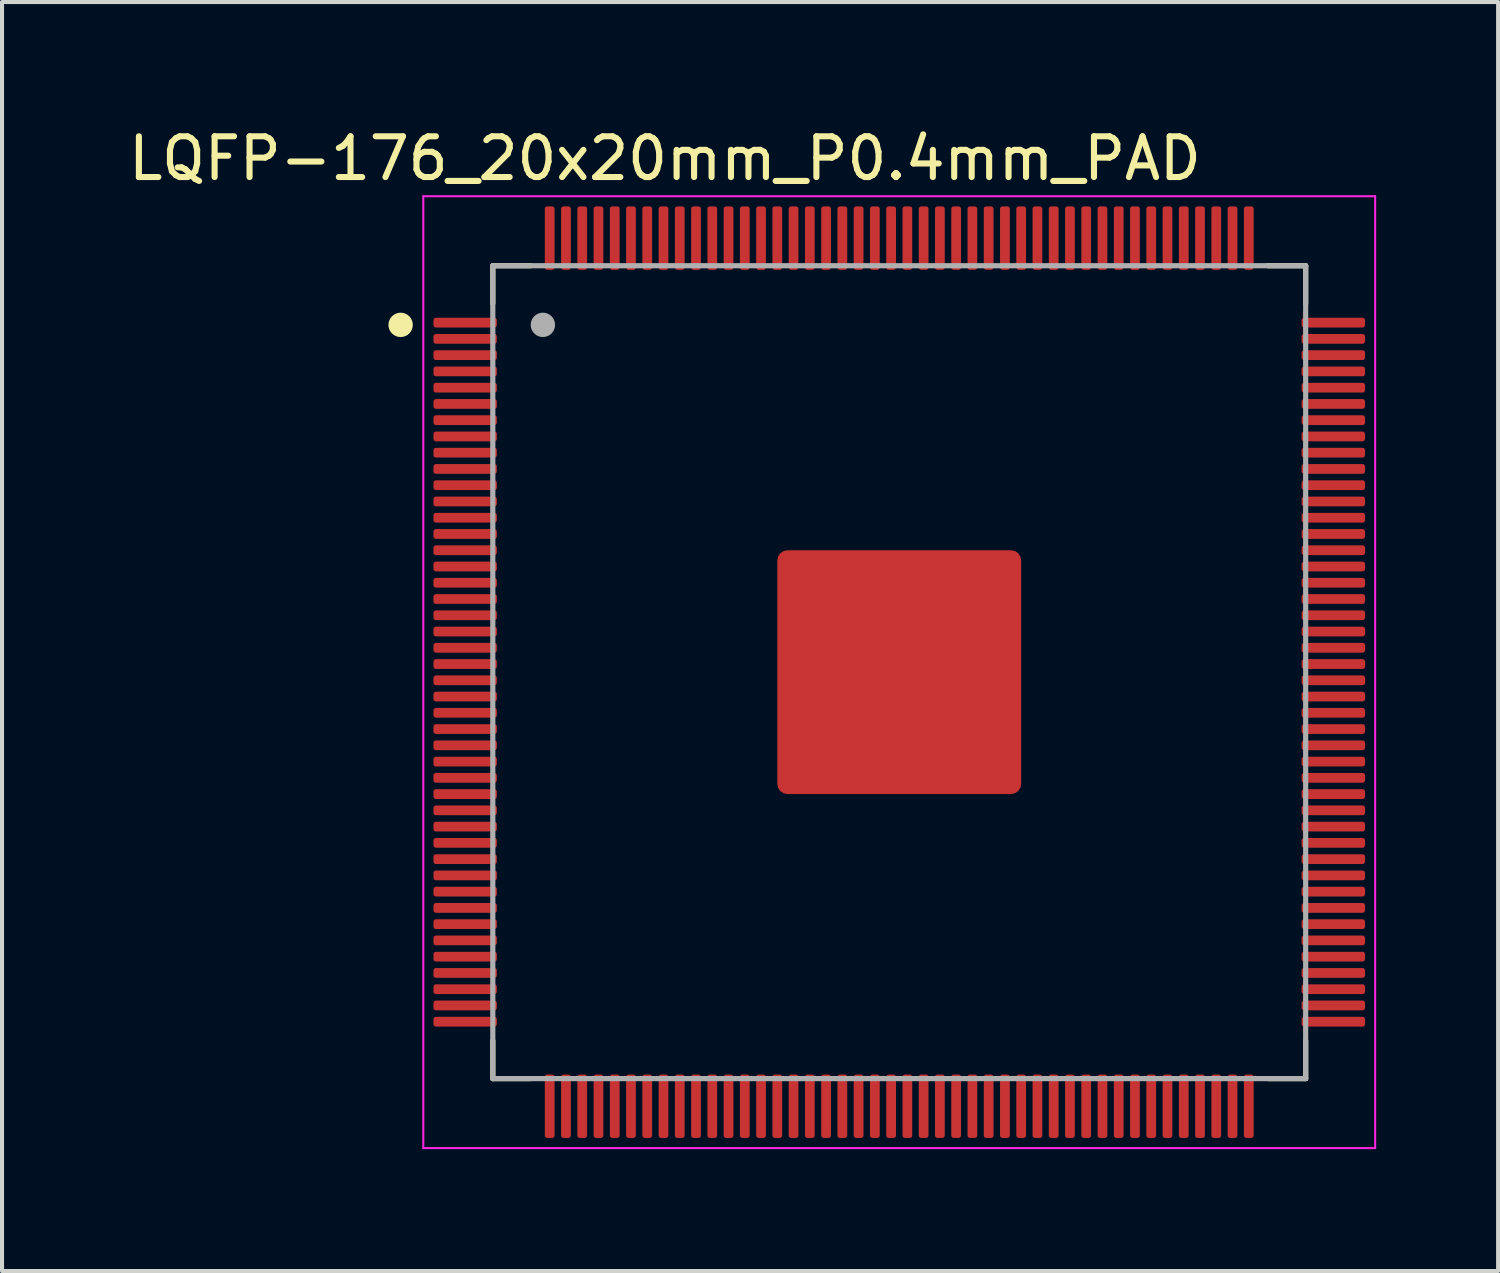
<source format=kicad_pcb>
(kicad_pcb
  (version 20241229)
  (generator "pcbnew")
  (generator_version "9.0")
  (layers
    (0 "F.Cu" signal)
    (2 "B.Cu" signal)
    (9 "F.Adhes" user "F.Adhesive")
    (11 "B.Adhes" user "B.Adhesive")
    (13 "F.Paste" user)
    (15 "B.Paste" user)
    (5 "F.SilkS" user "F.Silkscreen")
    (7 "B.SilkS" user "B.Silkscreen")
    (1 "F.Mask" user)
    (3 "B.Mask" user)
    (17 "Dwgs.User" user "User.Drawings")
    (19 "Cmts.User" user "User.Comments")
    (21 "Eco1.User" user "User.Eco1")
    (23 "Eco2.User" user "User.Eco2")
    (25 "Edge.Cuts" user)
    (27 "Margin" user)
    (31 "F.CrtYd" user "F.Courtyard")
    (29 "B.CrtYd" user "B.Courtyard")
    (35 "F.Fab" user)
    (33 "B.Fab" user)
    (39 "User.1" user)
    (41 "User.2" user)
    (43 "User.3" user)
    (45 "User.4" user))
  (footprint "LQFP-176_20x20mm_P0.4mm_PAD"
    (layer "F.Cu")
    (at 19.075 13.488)
    (property "Reference" "LQFP-176_20x20mm_P0.4mm_PAD" (at -5.764 -12.638 0) (layer "F.SilkS") (effects (font (size 1.003 1.003) (thickness 0.15))))
    (attr through_hole)
    (fp_line (start -10 -10) (end -10 -9.07) (stroke (width 0.127) (type solid)) (layer "F.SilkS"))
    (fp_line (start -10 -10) (end -9.07 -10) (stroke (width 0.127) (type solid)) (layer "F.SilkS"))
    (fp_line (start -10 10) (end -10 9.07) (stroke (width 0.127) (type solid)) (layer "F.SilkS"))
    (fp_line (start -10 10) (end -9.07 10) (stroke (width 0.127) (type solid)) (layer "F.SilkS"))
    (fp_line (start 10 -10) (end 9.07 -10) (stroke (width 0.127) (type solid)) (layer "F.SilkS"))
    (fp_line (start 10 -10) (end 10 -9.07) (stroke (width 0.127) (type solid)) (layer "F.SilkS"))
    (fp_line (start 10 10) (end 9.07 10) (stroke (width 0.127) (type solid)) (layer "F.SilkS"))
    (fp_line (start 10 10) (end 10 9.07) (stroke (width 0.127) (type solid)) (layer "F.SilkS"))
    (fp_circle (center -12.268 -8.545) (end -12.118 -8.545) (stroke (width 0.3) (type solid)) (fill no) (layer "F.SilkS"))
    (fp_poly (pts (xy -2.618 0.39) (xy -0.39 0.39) (xy -0.39 2.618) (xy -2.618 2.618)) (stroke (width 0.01) (type solid)) (fill yes) (layer "F.Paste"))
    (fp_poly (pts (xy -2.613 -2.61) (xy -0.39 -2.61) (xy -0.39 -0.39) (xy -2.613 -0.39)) (stroke (width 0.01) (type solid)) (fill yes) (layer "F.Paste"))
    (fp_poly (pts (xy 0.391 -2.61) (xy 2.61 -2.61) (xy 2.61 -0.391) (xy 0.391 -0.391)) (stroke (width 0.01) (type solid)) (fill yes) (layer "F.Paste"))
    (fp_poly (pts (xy 0.392 0.39) (xy 2.61 0.39) (xy 2.61 2.623) (xy 0.392 2.623)) (stroke (width 0.01) (type solid)) (fill yes) (layer "F.Paste"))
    (fp_line (start -11.71 -11.71) (end 11.71 -11.71) (stroke (width 0.05) (type solid)) (layer "F.CrtYd"))
    (fp_line (start -11.71 11.71) (end -11.71 -11.71) (stroke (width 0.05) (type solid)) (layer "F.CrtYd"))
    (fp_line (start -11.71 11.71) (end 11.71 11.71) (stroke (width 0.05) (type solid)) (layer "F.CrtYd"))
    (fp_line (start 11.71 11.71) (end 11.71 -11.71) (stroke (width 0.05) (type solid)) (layer "F.CrtYd"))
    (fp_line (start -10 10) (end -10 -10) (stroke (width 0.127) (type solid)) (layer "F.Fab"))
    (fp_line (start 10 -10) (end -10 -10) (stroke (width 0.127) (type solid)) (layer "F.Fab"))
    (fp_line (start 10 10) (end -10 10) (stroke (width 0.127) (type solid)) (layer "F.Fab"))
    (fp_line (start 10 10) (end 10 -10) (stroke (width 0.127) (type solid)) (layer "F.Fab"))
    (fp_circle (center -8.768 -8.545) (end -8.618 -8.545) (stroke (width 0.3) (type solid)) (fill no) (layer "F.Fab"))
    (pad "1" smd roundrect (at -10.68 -8.6) (size 1.56 0.24) (layers "F.Cu" "F.Mask" "F.Paste") (roundrect_rratio 0.25))
    (pad "2" smd roundrect (at -10.68 -8.2) (size 1.56 0.24) (layers "F.Cu" "F.Mask" "F.Paste") (roundrect_rratio 0.25))
    (pad "3" smd roundrect (at -10.68 -7.8) (size 1.56 0.24) (layers "F.Cu" "F.Mask" "F.Paste") (roundrect_rratio 0.25))
    (pad "4" smd roundrect (at -10.68 -7.4) (size 1.56 0.24) (layers "F.Cu" "F.Mask" "F.Paste") (roundrect_rratio 0.25))
    (pad "5" smd roundrect (at -10.68 -7) (size 1.56 0.24) (layers "F.Cu" "F.Mask" "F.Paste") (roundrect_rratio 0.25))
    (pad "6" smd roundrect (at -10.68 -6.6) (size 1.56 0.24) (layers "F.Cu" "F.Mask" "F.Paste") (roundrect_rratio 0.25))
    (pad "7" smd roundrect (at -10.68 -6.2) (size 1.56 0.24) (layers "F.Cu" "F.Mask" "F.Paste") (roundrect_rratio 0.25))
    (pad "8" smd roundrect (at -10.68 -5.8) (size 1.56 0.24) (layers "F.Cu" "F.Mask" "F.Paste") (roundrect_rratio 0.25))
    (pad "9" smd roundrect (at -10.68 -5.4) (size 1.56 0.24) (layers "F.Cu" "F.Mask" "F.Paste") (roundrect_rratio 0.25))
    (pad "10" smd roundrect (at -10.68 -5) (size 1.56 0.24) (layers "F.Cu" "F.Mask" "F.Paste") (roundrect_rratio 0.25))
    (pad "11" smd roundrect (at -10.68 -4.6) (size 1.56 0.24) (layers "F.Cu" "F.Mask" "F.Paste") (roundrect_rratio 0.25))
    (pad "12" smd roundrect (at -10.68 -4.2) (size 1.56 0.24) (layers "F.Cu" "F.Mask" "F.Paste") (roundrect_rratio 0.25))
    (pad "13" smd roundrect (at -10.68 -3.8) (size 1.56 0.24) (layers "F.Cu" "F.Mask" "F.Paste") (roundrect_rratio 0.25))
    (pad "14" smd roundrect (at -10.68 -3.4) (size 1.56 0.24) (layers "F.Cu" "F.Mask" "F.Paste") (roundrect_rratio 0.25))
    (pad "15" smd roundrect (at -10.68 -3) (size 1.56 0.24) (layers "F.Cu" "F.Mask" "F.Paste") (roundrect_rratio 0.25))
    (pad "16" smd roundrect (at -10.68 -2.6) (size 1.56 0.24) (layers "F.Cu" "F.Mask" "F.Paste") (roundrect_rratio 0.25))
    (pad "17" smd roundrect (at -10.68 -2.2) (size 1.56 0.24) (layers "F.Cu" "F.Mask" "F.Paste") (roundrect_rratio 0.25))
    (pad "18" smd roundrect (at -10.68 -1.8) (size 1.56 0.24) (layers "F.Cu" "F.Mask" "F.Paste") (roundrect_rratio 0.25))
    (pad "19" smd roundrect (at -10.68 -1.4) (size 1.56 0.24) (layers "F.Cu" "F.Mask" "F.Paste") (roundrect_rratio 0.25))
    (pad "20" smd roundrect (at -10.68 -1) (size 1.56 0.24) (layers "F.Cu" "F.Mask" "F.Paste") (roundrect_rratio 0.25))
    (pad "21" smd roundrect (at -10.68 -0.6) (size 1.56 0.24) (layers "F.Cu" "F.Mask" "F.Paste") (roundrect_rratio 0.25))
    (pad "22" smd roundrect (at -10.68 -0.2) (size 1.56 0.24) (layers "F.Cu" "F.Mask" "F.Paste") (roundrect_rratio 0.25))
    (pad "23" smd roundrect (at -10.68 0.2) (size 1.56 0.24) (layers "F.Cu" "F.Mask" "F.Paste") (roundrect_rratio 0.25))
    (pad "24" smd roundrect (at -10.68 0.6) (size 1.56 0.24) (layers "F.Cu" "F.Mask" "F.Paste") (roundrect_rratio 0.25))
    (pad "25" smd roundrect (at -10.68 1) (size 1.56 0.24) (layers "F.Cu" "F.Mask" "F.Paste") (roundrect_rratio 0.25))
    (pad "26" smd roundrect (at -10.68 1.4) (size 1.56 0.24) (layers "F.Cu" "F.Mask" "F.Paste") (roundrect_rratio 0.25))
    (pad "27" smd roundrect (at -10.68 1.8) (size 1.56 0.24) (layers "F.Cu" "F.Mask" "F.Paste") (roundrect_rratio 0.25))
    (pad "28" smd roundrect (at -10.68 2.2) (size 1.56 0.24) (layers "F.Cu" "F.Mask" "F.Paste") (roundrect_rratio 0.25))
    (pad "29" smd roundrect (at -10.68 2.6) (size 1.56 0.24) (layers "F.Cu" "F.Mask" "F.Paste") (roundrect_rratio 0.25))
    (pad "30" smd roundrect (at -10.68 3) (size 1.56 0.24) (layers "F.Cu" "F.Mask" "F.Paste") (roundrect_rratio 0.25))
    (pad "31" smd roundrect (at -10.68 3.4) (size 1.56 0.24) (layers "F.Cu" "F.Mask" "F.Paste") (roundrect_rratio 0.25))
    (pad "32" smd roundrect (at -10.68 3.8) (size 1.56 0.24) (layers "F.Cu" "F.Mask" "F.Paste") (roundrect_rratio 0.25))
    (pad "33" smd roundrect (at -10.68 4.2) (size 1.56 0.24) (layers "F.Cu" "F.Mask" "F.Paste") (roundrect_rratio 0.25))
    (pad "34" smd roundrect (at -10.68 4.6) (size 1.56 0.24) (layers "F.Cu" "F.Mask" "F.Paste") (roundrect_rratio 0.25))
    (pad "35" smd roundrect (at -10.68 5) (size 1.56 0.24) (layers "F.Cu" "F.Mask" "F.Paste") (roundrect_rratio 0.25))
    (pad "36" smd roundrect (at -10.68 5.4) (size 1.56 0.24) (layers "F.Cu" "F.Mask" "F.Paste") (roundrect_rratio 0.25))
    (pad "37" smd roundrect (at -10.68 5.8) (size 1.56 0.24) (layers "F.Cu" "F.Mask" "F.Paste") (roundrect_rratio 0.25))
    (pad "38" smd roundrect (at -10.68 6.2) (size 1.56 0.24) (layers "F.Cu" "F.Mask" "F.Paste") (roundrect_rratio 0.25))
    (pad "39" smd roundrect (at -10.68 6.6) (size 1.56 0.24) (layers "F.Cu" "F.Mask" "F.Paste") (roundrect_rratio 0.25))
    (pad "40" smd roundrect (at -10.68 7) (size 1.56 0.24) (layers "F.Cu" "F.Mask" "F.Paste") (roundrect_rratio 0.25))
    (pad "41" smd roundrect (at -10.68 7.4) (size 1.56 0.24) (layers "F.Cu" "F.Mask" "F.Paste") (roundrect_rratio 0.25))
    (pad "42" smd roundrect (at -10.68 7.8) (size 1.56 0.24) (layers "F.Cu" "F.Mask" "F.Paste") (roundrect_rratio 0.25))
    (pad "43" smd roundrect (at -10.68 8.2) (size 1.56 0.24) (layers "F.Cu" "F.Mask" "F.Paste") (roundrect_rratio 0.25))
    (pad "44" smd roundrect (at -10.68 8.6) (size 1.56 0.24) (layers "F.Cu" "F.Mask" "F.Paste") (roundrect_rratio 0.25))
    (pad "45" smd roundrect (at -8.6 10.68) (size 0.24 1.56) (layers "F.Cu" "F.Mask" "F.Paste") (roundrect_rratio 0.25))
    (pad "46" smd roundrect (at -8.2 10.68) (size 0.24 1.56) (layers "F.Cu" "F.Mask" "F.Paste") (roundrect_rratio 0.25))
    (pad "47" smd roundrect (at -7.8 10.68) (size 0.24 1.56) (layers "F.Cu" "F.Mask" "F.Paste") (roundrect_rratio 0.25))
    (pad "48" smd roundrect (at -7.4 10.68) (size 0.24 1.56) (layers "F.Cu" "F.Mask" "F.Paste") (roundrect_rratio 0.25))
    (pad "49" smd roundrect (at -7 10.68) (size 0.24 1.56) (layers "F.Cu" "F.Mask" "F.Paste") (roundrect_rratio 0.25))
    (pad "50" smd roundrect (at -6.6 10.68) (size 0.24 1.56) (layers "F.Cu" "F.Mask" "F.Paste") (roundrect_rratio 0.25))
    (pad "51" smd roundrect (at -6.2 10.68) (size 0.24 1.56) (layers "F.Cu" "F.Mask" "F.Paste") (roundrect_rratio 0.25))
    (pad "52" smd roundrect (at -5.8 10.68) (size 0.24 1.56) (layers "F.Cu" "F.Mask" "F.Paste") (roundrect_rratio 0.25))
    (pad "53" smd roundrect (at -5.4 10.68) (size 0.24 1.56) (layers "F.Cu" "F.Mask" "F.Paste") (roundrect_rratio 0.25))
    (pad "54" smd roundrect (at -5 10.68) (size 0.24 1.56) (layers "F.Cu" "F.Mask" "F.Paste") (roundrect_rratio 0.25))
    (pad "55" smd roundrect (at -4.6 10.68) (size 0.24 1.56) (layers "F.Cu" "F.Mask" "F.Paste") (roundrect_rratio 0.25))
    (pad "56" smd roundrect (at -4.2 10.68) (size 0.24 1.56) (layers "F.Cu" "F.Mask" "F.Paste") (roundrect_rratio 0.25))
    (pad "57" smd roundrect (at -3.8 10.68) (size 0.24 1.56) (layers "F.Cu" "F.Mask" "F.Paste") (roundrect_rratio 0.25))
    (pad "58" smd roundrect (at -3.4 10.68) (size 0.24 1.56) (layers "F.Cu" "F.Mask" "F.Paste") (roundrect_rratio 0.25))
    (pad "59" smd roundrect (at -3 10.68) (size 0.24 1.56) (layers "F.Cu" "F.Mask" "F.Paste") (roundrect_rratio 0.25))
    (pad "60" smd roundrect (at -2.6 10.68) (size 0.24 1.56) (layers "F.Cu" "F.Mask" "F.Paste") (roundrect_rratio 0.25))
    (pad "61" smd roundrect (at -2.2 10.68) (size 0.24 1.56) (layers "F.Cu" "F.Mask" "F.Paste") (roundrect_rratio 0.25))
    (pad "62" smd roundrect (at -1.8 10.68) (size 0.24 1.56) (layers "F.Cu" "F.Mask" "F.Paste") (roundrect_rratio 0.25))
    (pad "63" smd roundrect (at -1.4 10.68) (size 0.24 1.56) (layers "F.Cu" "F.Mask" "F.Paste") (roundrect_rratio 0.25))
    (pad "64" smd roundrect (at -1 10.68) (size 0.24 1.56) (layers "F.Cu" "F.Mask" "F.Paste") (roundrect_rratio 0.25))
    (pad "65" smd roundrect (at -0.6 10.68) (size 0.24 1.56) (layers "F.Cu" "F.Mask" "F.Paste") (roundrect_rratio 0.25))
    (pad "66" smd roundrect (at -0.2 10.68) (size 0.24 1.56) (layers "F.Cu" "F.Mask" "F.Paste") (roundrect_rratio 0.25))
    (pad "67" smd roundrect (at 0.2 10.68) (size 0.24 1.56) (layers "F.Cu" "F.Mask" "F.Paste") (roundrect_rratio 0.25))
    (pad "68" smd roundrect (at 0.6 10.68) (size 0.24 1.56) (layers "F.Cu" "F.Mask" "F.Paste") (roundrect_rratio 0.25))
    (pad "69" smd roundrect (at 1 10.68) (size 0.24 1.56) (layers "F.Cu" "F.Mask" "F.Paste") (roundrect_rratio 0.25))
    (pad "70" smd roundrect (at 1.4 10.68) (size 0.24 1.56) (layers "F.Cu" "F.Mask" "F.Paste") (roundrect_rratio 0.25))
    (pad "71" smd roundrect (at 1.8 10.68) (size 0.24 1.56) (layers "F.Cu" "F.Mask" "F.Paste") (roundrect_rratio 0.25))
    (pad "72" smd roundrect (at 2.2 10.68) (size 0.24 1.56) (layers "F.Cu" "F.Mask" "F.Paste") (roundrect_rratio 0.25))
    (pad "73" smd roundrect (at 2.6 10.68) (size 0.24 1.56) (layers "F.Cu" "F.Mask" "F.Paste") (roundrect_rratio 0.25))
    (pad "74" smd roundrect (at 3 10.68) (size 0.24 1.56) (layers "F.Cu" "F.Mask" "F.Paste") (roundrect_rratio 0.25))
    (pad "75" smd roundrect (at 3.4 10.68) (size 0.24 1.56) (layers "F.Cu" "F.Mask" "F.Paste") (roundrect_rratio 0.25))
    (pad "76" smd roundrect (at 3.8 10.68) (size 0.24 1.56) (layers "F.Cu" "F.Mask" "F.Paste") (roundrect_rratio 0.25))
    (pad "77" smd roundrect (at 4.2 10.68) (size 0.24 1.56) (layers "F.Cu" "F.Mask" "F.Paste") (roundrect_rratio 0.25))
    (pad "78" smd roundrect (at 4.6 10.68) (size 0.24 1.56) (layers "F.Cu" "F.Mask" "F.Paste") (roundrect_rratio 0.25))
    (pad "79" smd roundrect (at 5 10.68) (size 0.24 1.56) (layers "F.Cu" "F.Mask" "F.Paste") (roundrect_rratio 0.25))
    (pad "80" smd roundrect (at 5.4 10.68) (size 0.24 1.56) (layers "F.Cu" "F.Mask" "F.Paste") (roundrect_rratio 0.25))
    (pad "81" smd roundrect (at 5.8 10.68) (size 0.24 1.56) (layers "F.Cu" "F.Mask" "F.Paste") (roundrect_rratio 0.25))
    (pad "82" smd roundrect (at 6.2 10.68) (size 0.24 1.56) (layers "F.Cu" "F.Mask" "F.Paste") (roundrect_rratio 0.25))
    (pad "83" smd roundrect (at 6.6 10.68) (size 0.24 1.56) (layers "F.Cu" "F.Mask" "F.Paste") (roundrect_rratio 0.25))
    (pad "84" smd roundrect (at 7 10.68) (size 0.24 1.56) (layers "F.Cu" "F.Mask" "F.Paste") (roundrect_rratio 0.25))
    (pad "85" smd roundrect (at 7.4 10.68) (size 0.24 1.56) (layers "F.Cu" "F.Mask" "F.Paste") (roundrect_rratio 0.25))
    (pad "86" smd roundrect (at 7.8 10.68) (size 0.24 1.56) (layers "F.Cu" "F.Mask" "F.Paste") (roundrect_rratio 0.25))
    (pad "87" smd roundrect (at 8.2 10.68) (size 0.24 1.56) (layers "F.Cu" "F.Mask" "F.Paste") (roundrect_rratio 0.25))
    (pad "88" smd roundrect (at 8.6 10.68) (size 0.24 1.56) (layers "F.Cu" "F.Mask" "F.Paste") (roundrect_rratio 0.25))
    (pad "89" smd roundrect (at 10.68 8.6) (size 1.56 0.24) (layers "F.Cu" "F.Mask" "F.Paste") (roundrect_rratio 0.25))
    (pad "90" smd roundrect (at 10.68 8.2) (size 1.56 0.24) (layers "F.Cu" "F.Mask" "F.Paste") (roundrect_rratio 0.25))
    (pad "91" smd roundrect (at 10.68 7.8) (size 1.56 0.24) (layers "F.Cu" "F.Mask" "F.Paste") (roundrect_rratio 0.25))
    (pad "92" smd roundrect (at 10.68 7.4) (size 1.56 0.24) (layers "F.Cu" "F.Mask" "F.Paste") (roundrect_rratio 0.25))
    (pad "93" smd roundrect (at 10.68 7) (size 1.56 0.24) (layers "F.Cu" "F.Mask" "F.Paste") (roundrect_rratio 0.25))
    (pad "94" smd roundrect (at 10.68 6.6) (size 1.56 0.24) (layers "F.Cu" "F.Mask" "F.Paste") (roundrect_rratio 0.25))
    (pad "95" smd roundrect (at 10.68 6.2) (size 1.56 0.24) (layers "F.Cu" "F.Mask" "F.Paste") (roundrect_rratio 0.25))
    (pad "96" smd roundrect (at 10.68 5.8) (size 1.56 0.24) (layers "F.Cu" "F.Mask" "F.Paste") (roundrect_rratio 0.25))
    (pad "97" smd roundrect (at 10.68 5.4) (size 1.56 0.24) (layers "F.Cu" "F.Mask" "F.Paste") (roundrect_rratio 0.25))
    (pad "98" smd roundrect (at 10.68 5) (size 1.56 0.24) (layers "F.Cu" "F.Mask" "F.Paste") (roundrect_rratio 0.25))
    (pad "99" smd roundrect (at 10.68 4.6) (size 1.56 0.24) (layers "F.Cu" "F.Mask" "F.Paste") (roundrect_rratio 0.25))
    (pad "100" smd roundrect (at 10.68 4.2) (size 1.56 0.24) (layers "F.Cu" "F.Mask" "F.Paste") (roundrect_rratio 0.25))
    (pad "101" smd roundrect (at 10.68 3.8) (size 1.56 0.24) (layers "F.Cu" "F.Mask" "F.Paste") (roundrect_rratio 0.25))
    (pad "102" smd roundrect (at 10.68 3.4) (size 1.56 0.24) (layers "F.Cu" "F.Mask" "F.Paste") (roundrect_rratio 0.25))
    (pad "103" smd roundrect (at 10.68 3) (size 1.56 0.24) (layers "F.Cu" "F.Mask" "F.Paste") (roundrect_rratio 0.25))
    (pad "104" smd roundrect (at 10.68 2.6) (size 1.56 0.24) (layers "F.Cu" "F.Mask" "F.Paste") (roundrect_rratio 0.25))
    (pad "105" smd roundrect (at 10.68 2.2) (size 1.56 0.24) (layers "F.Cu" "F.Mask" "F.Paste") (roundrect_rratio 0.25))
    (pad "106" smd roundrect (at 10.68 1.8) (size 1.56 0.24) (layers "F.Cu" "F.Mask" "F.Paste") (roundrect_rratio 0.25))
    (pad "107" smd roundrect (at 10.68 1.4) (size 1.56 0.24) (layers "F.Cu" "F.Mask" "F.Paste") (roundrect_rratio 0.25))
    (pad "108" smd roundrect (at 10.68 1) (size 1.56 0.24) (layers "F.Cu" "F.Mask" "F.Paste") (roundrect_rratio 0.25))
    (pad "109" smd roundrect (at 10.68 0.6) (size 1.56 0.24) (layers "F.Cu" "F.Mask" "F.Paste") (roundrect_rratio 0.25))
    (pad "110" smd roundrect (at 10.68 0.2) (size 1.56 0.24) (layers "F.Cu" "F.Mask" "F.Paste") (roundrect_rratio 0.25))
    (pad "111" smd roundrect (at 10.68 -0.2) (size 1.56 0.24) (layers "F.Cu" "F.Mask" "F.Paste") (roundrect_rratio 0.25))
    (pad "112" smd roundrect (at 10.68 -0.6) (size 1.56 0.24) (layers "F.Cu" "F.Mask" "F.Paste") (roundrect_rratio 0.25))
    (pad "113" smd roundrect (at 10.68 -1) (size 1.56 0.24) (layers "F.Cu" "F.Mask" "F.Paste") (roundrect_rratio 0.25))
    (pad "114" smd roundrect (at 10.68 -1.4) (size 1.56 0.24) (layers "F.Cu" "F.Mask" "F.Paste") (roundrect_rratio 0.25))
    (pad "115" smd roundrect (at 10.68 -1.8) (size 1.56 0.24) (layers "F.Cu" "F.Mask" "F.Paste") (roundrect_rratio 0.25))
    (pad "116" smd roundrect (at 10.68 -2.2) (size 1.56 0.24) (layers "F.Cu" "F.Mask" "F.Paste") (roundrect_rratio 0.25))
    (pad "117" smd roundrect (at 10.68 -2.6) (size 1.56 0.24) (layers "F.Cu" "F.Mask" "F.Paste") (roundrect_rratio 0.25))
    (pad "118" smd roundrect (at 10.68 -3) (size 1.56 0.24) (layers "F.Cu" "F.Mask" "F.Paste") (roundrect_rratio 0.25))
    (pad "119" smd roundrect (at 10.68 -3.4) (size 1.56 0.24) (layers "F.Cu" "F.Mask" "F.Paste") (roundrect_rratio 0.25))
    (pad "120" smd roundrect (at 10.68 -3.8) (size 1.56 0.24) (layers "F.Cu" "F.Mask" "F.Paste") (roundrect_rratio 0.25))
    (pad "121" smd roundrect (at 10.68 -4.2) (size 1.56 0.24) (layers "F.Cu" "F.Mask" "F.Paste") (roundrect_rratio 0.25))
    (pad "122" smd roundrect (at 10.68 -4.6) (size 1.56 0.24) (layers "F.Cu" "F.Mask" "F.Paste") (roundrect_rratio 0.25))
    (pad "123" smd roundrect (at 10.68 -5) (size 1.56 0.24) (layers "F.Cu" "F.Mask" "F.Paste") (roundrect_rratio 0.25))
    (pad "124" smd roundrect (at 10.68 -5.4) (size 1.56 0.24) (layers "F.Cu" "F.Mask" "F.Paste") (roundrect_rratio 0.25))
    (pad "125" smd roundrect (at 10.68 -5.8) (size 1.56 0.24) (layers "F.Cu" "F.Mask" "F.Paste") (roundrect_rratio 0.25))
    (pad "126" smd roundrect (at 10.68 -6.2) (size 1.56 0.24) (layers "F.Cu" "F.Mask" "F.Paste") (roundrect_rratio 0.25))
    (pad "127" smd roundrect (at 10.68 -6.6) (size 1.56 0.24) (layers "F.Cu" "F.Mask" "F.Paste") (roundrect_rratio 0.25))
    (pad "128" smd roundrect (at 10.68 -7) (size 1.56 0.24) (layers "F.Cu" "F.Mask" "F.Paste") (roundrect_rratio 0.25))
    (pad "129" smd roundrect (at 10.68 -7.4) (size 1.56 0.24) (layers "F.Cu" "F.Mask" "F.Paste") (roundrect_rratio 0.25))
    (pad "130" smd roundrect (at 10.68 -7.8) (size 1.56 0.24) (layers "F.Cu" "F.Mask" "F.Paste") (roundrect_rratio 0.25))
    (pad "131" smd roundrect (at 10.68 -8.2) (size 1.56 0.24) (layers "F.Cu" "F.Mask" "F.Paste") (roundrect_rratio 0.25))
    (pad "132" smd roundrect (at 10.68 -8.6) (size 1.56 0.24) (layers "F.Cu" "F.Mask" "F.Paste") (roundrect_rratio 0.25))
    (pad "133" smd roundrect (at 8.6 -10.68) (size 0.24 1.56) (layers "F.Cu" "F.Mask" "F.Paste") (roundrect_rratio 0.25))
    (pad "134" smd roundrect (at 8.2 -10.68) (size 0.24 1.56) (layers "F.Cu" "F.Mask" "F.Paste") (roundrect_rratio 0.25))
    (pad "135" smd roundrect (at 7.8 -10.68) (size 0.24 1.56) (layers "F.Cu" "F.Mask" "F.Paste") (roundrect_rratio 0.25))
    (pad "136" smd roundrect (at 7.4 -10.68) (size 0.24 1.56) (layers "F.Cu" "F.Mask" "F.Paste") (roundrect_rratio 0.25))
    (pad "137" smd roundrect (at 7 -10.68) (size 0.24 1.56) (layers "F.Cu" "F.Mask" "F.Paste") (roundrect_rratio 0.25))
    (pad "138" smd roundrect (at 6.6 -10.68) (size 0.24 1.56) (layers "F.Cu" "F.Mask" "F.Paste") (roundrect_rratio 0.25))
    (pad "139" smd roundrect (at 6.2 -10.68) (size 0.24 1.56) (layers "F.Cu" "F.Mask" "F.Paste") (roundrect_rratio 0.25))
    (pad "140" smd roundrect (at 5.8 -10.68) (size 0.24 1.56) (layers "F.Cu" "F.Mask" "F.Paste") (roundrect_rratio 0.25))
    (pad "141" smd roundrect (at 5.4 -10.68) (size 0.24 1.56) (layers "F.Cu" "F.Mask" "F.Paste") (roundrect_rratio 0.25))
    (pad "142" smd roundrect (at 5 -10.68) (size 0.24 1.56) (layers "F.Cu" "F.Mask" "F.Paste") (roundrect_rratio 0.25))
    (pad "143" smd roundrect (at 4.6 -10.68) (size 0.24 1.56) (layers "F.Cu" "F.Mask" "F.Paste") (roundrect_rratio 0.25))
    (pad "144" smd roundrect (at 4.2 -10.68) (size 0.24 1.56) (layers "F.Cu" "F.Mask" "F.Paste") (roundrect_rratio 0.25))
    (pad "145" smd roundrect (at 3.8 -10.68) (size 0.24 1.56) (layers "F.Cu" "F.Mask" "F.Paste") (roundrect_rratio 0.25))
    (pad "146" smd roundrect (at 3.4 -10.68) (size 0.24 1.56) (layers "F.Cu" "F.Mask" "F.Paste") (roundrect_rratio 0.25))
    (pad "147" smd roundrect (at 3 -10.68) (size 0.24 1.56) (layers "F.Cu" "F.Mask" "F.Paste") (roundrect_rratio 0.25))
    (pad "148" smd roundrect (at 2.6 -10.68) (size 0.24 1.56) (layers "F.Cu" "F.Mask" "F.Paste") (roundrect_rratio 0.25))
    (pad "149" smd roundrect (at 2.2 -10.68) (size 0.24 1.56) (layers "F.Cu" "F.Mask" "F.Paste") (roundrect_rratio 0.25))
    (pad "150" smd roundrect (at 1.8 -10.68) (size 0.24 1.56) (layers "F.Cu" "F.Mask" "F.Paste") (roundrect_rratio 0.25))
    (pad "151" smd roundrect (at 1.4 -10.68) (size 0.24 1.56) (layers "F.Cu" "F.Mask" "F.Paste") (roundrect_rratio 0.25))
    (pad "152" smd roundrect (at 1 -10.68) (size 0.24 1.56) (layers "F.Cu" "F.Mask" "F.Paste") (roundrect_rratio 0.25))
    (pad "153" smd roundrect (at 0.6 -10.68) (size 0.24 1.56) (layers "F.Cu" "F.Mask" "F.Paste") (roundrect_rratio 0.25))
    (pad "154" smd roundrect (at 0.2 -10.68) (size 0.24 1.56) (layers "F.Cu" "F.Mask" "F.Paste") (roundrect_rratio 0.25))
    (pad "155" smd roundrect (at -0.2 -10.68) (size 0.24 1.56) (layers "F.Cu" "F.Mask" "F.Paste") (roundrect_rratio 0.25))
    (pad "156" smd roundrect (at -0.6 -10.68) (size 0.24 1.56) (layers "F.Cu" "F.Mask" "F.Paste") (roundrect_rratio 0.25))
    (pad "157" smd roundrect (at -1 -10.68) (size 0.24 1.56) (layers "F.Cu" "F.Mask" "F.Paste") (roundrect_rratio 0.25))
    (pad "158" smd roundrect (at -1.4 -10.68) (size 0.24 1.56) (layers "F.Cu" "F.Mask" "F.Paste") (roundrect_rratio 0.25))
    (pad "159" smd roundrect (at -1.8 -10.68) (size 0.24 1.56) (layers "F.Cu" "F.Mask" "F.Paste") (roundrect_rratio 0.25))
    (pad "160" smd roundrect (at -2.2 -10.68) (size 0.24 1.56) (layers "F.Cu" "F.Mask" "F.Paste") (roundrect_rratio 0.25))
    (pad "161" smd roundrect (at -2.6 -10.68) (size 0.24 1.56) (layers "F.Cu" "F.Mask" "F.Paste") (roundrect_rratio 0.25))
    (pad "162" smd roundrect (at -3 -10.68) (size 0.24 1.56) (layers "F.Cu" "F.Mask" "F.Paste") (roundrect_rratio 0.25))
    (pad "163" smd roundrect (at -3.4 -10.68) (size 0.24 1.56) (layers "F.Cu" "F.Mask" "F.Paste") (roundrect_rratio 0.25))
    (pad "164" smd roundrect (at -3.8 -10.68) (size 0.24 1.56) (layers "F.Cu" "F.Mask" "F.Paste") (roundrect_rratio 0.25))
    (pad "165" smd roundrect (at -4.2 -10.68) (size 0.24 1.56) (layers "F.Cu" "F.Mask" "F.Paste") (roundrect_rratio 0.25))
    (pad "166" smd roundrect (at -4.6 -10.68) (size 0.24 1.56) (layers "F.Cu" "F.Mask" "F.Paste") (roundrect_rratio 0.25))
    (pad "167" smd roundrect (at -5 -10.68) (size 0.24 1.56) (layers "F.Cu" "F.Mask" "F.Paste") (roundrect_rratio 0.25))
    (pad "168" smd roundrect (at -5.4 -10.68) (size 0.24 1.56) (layers "F.Cu" "F.Mask" "F.Paste") (roundrect_rratio 0.25))
    (pad "169" smd roundrect (at -5.8 -10.68) (size 0.24 1.56) (layers "F.Cu" "F.Mask" "F.Paste") (roundrect_rratio 0.25))
    (pad "170" smd roundrect (at -6.2 -10.68) (size 0.24 1.56) (layers "F.Cu" "F.Mask" "F.Paste") (roundrect_rratio 0.25))
    (pad "171" smd roundrect (at -6.6 -10.68) (size 0.24 1.56) (layers "F.Cu" "F.Mask" "F.Paste") (roundrect_rratio 0.25))
    (pad "172" smd roundrect (at -7 -10.68) (size 0.24 1.56) (layers "F.Cu" "F.Mask" "F.Paste") (roundrect_rratio 0.25))
    (pad "173" smd roundrect (at -7.4 -10.68) (size 0.24 1.56) (layers "F.Cu" "F.Mask" "F.Paste") (roundrect_rratio 0.25))
    (pad "174" smd roundrect (at -7.8 -10.68) (size 0.24 1.56) (layers "F.Cu" "F.Mask" "F.Paste") (roundrect_rratio 0.25))
    (pad "175" smd roundrect (at -8.2 -10.68) (size 0.24 1.56) (layers "F.Cu" "F.Mask" "F.Paste") (roundrect_rratio 0.25))
    (pad "176" smd roundrect (at -8.6 -10.68) (size 0.24 1.56) (layers "F.Cu" "F.Mask" "F.Paste") (roundrect_rratio 0.25))
    (pad "PAD" smd roundrect (at 0 0) (size 6 6) (layers "F.Cu" "F.Mask") (roundrect_rratio 0.042)))
  (gr_rect
    (start -3 -3)
    (end 33.81 28.223)
    (stroke (width 0.1) (type default))
    (fill no)
    (layer "Edge.Cuts")))
</source>
